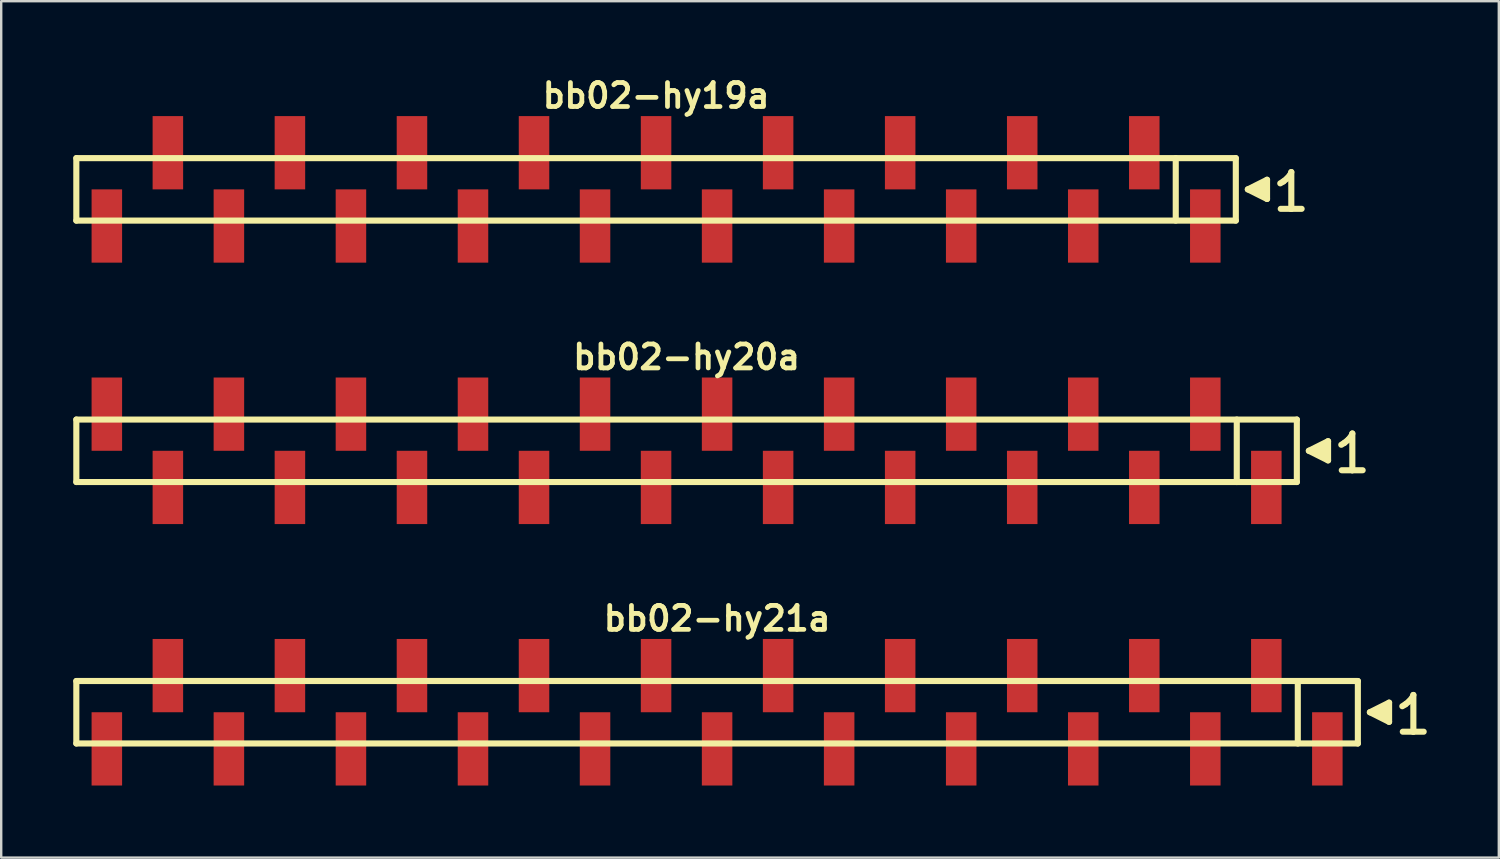
<source format=kicad_pcb>
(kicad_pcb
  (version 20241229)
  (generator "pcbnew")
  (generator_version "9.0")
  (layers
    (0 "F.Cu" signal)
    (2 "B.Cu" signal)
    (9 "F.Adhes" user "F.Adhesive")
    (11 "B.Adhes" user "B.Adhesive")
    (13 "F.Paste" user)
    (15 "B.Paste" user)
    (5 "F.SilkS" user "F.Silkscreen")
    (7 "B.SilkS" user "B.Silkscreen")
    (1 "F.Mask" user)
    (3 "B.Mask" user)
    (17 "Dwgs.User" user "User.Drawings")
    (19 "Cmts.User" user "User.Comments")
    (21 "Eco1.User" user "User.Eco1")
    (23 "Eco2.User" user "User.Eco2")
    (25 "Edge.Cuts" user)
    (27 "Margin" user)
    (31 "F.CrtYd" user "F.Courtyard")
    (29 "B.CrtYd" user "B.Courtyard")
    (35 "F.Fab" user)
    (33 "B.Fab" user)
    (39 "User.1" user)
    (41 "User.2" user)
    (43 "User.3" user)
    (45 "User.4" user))
  (footprint "bb02-hy21a"
    (layer "F.Cu")
    (at 26.797 26.595)
    (property "Reference" "bb02-hy21a" (at 0 -3.9 0) (layer "F.SilkS") (effects (font (size 0.998 0.998) (thickness 0.198))))
    (attr through_hole)
    (fp_line (start -26.67 -1.3) (end 26.67 -1.3) (stroke (width 0.254) (type solid)) (layer "F.SilkS"))
    (fp_line (start -26.67 1.3) (end -26.67 -1.3) (stroke (width 0.254) (type solid)) (layer "F.SilkS"))
    (fp_line (start 24.17 1.3) (end 24.17 -1.3) (stroke (width 0.254) (type solid)) (layer "F.SilkS"))
    (fp_line (start 26.67 -1.3) (end 26.67 1.3) (stroke (width 0.254) (type solid)) (layer "F.SilkS"))
    (fp_line (start 26.67 1.3) (end -26.67 1.3) (stroke (width 0.254) (type solid)) (layer "F.SilkS"))
    (fp_line (start 27.17 0) (end 27.97 0.4) (stroke (width 0.254) (type solid)) (layer "F.SilkS"))
    (fp_line (start 27.47 0.1) (end 27.47 -0.1) (stroke (width 0.254) (type solid)) (layer "F.SilkS"))
    (fp_line (start 27.57 -0.1) (end 27.57 0.1) (stroke (width 0.254) (type solid)) (layer "F.SilkS"))
    (fp_line (start 27.67 0.2) (end 27.67 -0.2) (stroke (width 0.254) (type solid)) (layer "F.SilkS"))
    (fp_line (start 27.77 -0.2) (end 27.77 0.2) (stroke (width 0.254) (type solid)) (layer "F.SilkS"))
    (fp_line (start 27.87 0.3) (end 27.87 -0.3) (stroke (width 0.254) (type solid)) (layer "F.SilkS"))
    (fp_line (start 27.97 -0.4) (end 27.17 0) (stroke (width 0.254) (type solid)) (layer "F.SilkS"))
    (fp_line (start 27.97 0.4) (end 27.97 -0.4) (stroke (width 0.254) (type solid)) (layer "F.SilkS"))
    (fp_line (start 28.52 -0.25) (end 28.65 -0.33) (stroke (width 0.254) (type solid)) (layer "F.SilkS"))
    (fp_line (start 28.65 -0.33) (end 28.81 -0.46) (stroke (width 0.254) (type solid)) (layer "F.SilkS"))
    (fp_line (start 28.81 -0.46) (end 28.95 -0.63) (stroke (width 0.254) (type solid)) (layer "F.SilkS"))
    (fp_line (start 28.95 -0.63) (end 28.98 -0.72) (stroke (width 0.254) (type solid)) (layer "F.SilkS"))
    (fp_line (start 28.98 -0.72) (end 28.98 0.81) (stroke (width 0.254) (type solid)) (layer "F.SilkS"))
    (fp_line (start 28.98 0.81) (end 28.54 0.81) (stroke (width 0.254) (type solid)) (layer "F.SilkS"))
    (fp_line (start 29.41 0.81) (end 28.97 0.81) (stroke (width 0.254) (type solid)) (layer "F.SilkS"))
    (pad "1" smd rect (at 25.4 1.525) (size 1.27 3.05) (layers "F.Cu" "F.Mask" "F.Paste"))
    (pad "2" smd rect (at 22.86 -1.525) (size 1.27 3.05) (layers "F.Cu" "F.Mask" "F.Paste"))
    (pad "3" smd rect (at 20.32 1.525) (size 1.27 3.05) (layers "F.Cu" "F.Mask" "F.Paste"))
    (pad "4" smd rect (at 17.78 -1.525) (size 1.27 3.05) (layers "F.Cu" "F.Mask" "F.Paste"))
    (pad "5" smd rect (at 15.24 1.525) (size 1.27 3.05) (layers "F.Cu" "F.Mask" "F.Paste"))
    (pad "6" smd rect (at 12.7 -1.525) (size 1.27 3.05) (layers "F.Cu" "F.Mask" "F.Paste"))
    (pad "7" smd rect (at 10.16 1.525) (size 1.27 3.05) (layers "F.Cu" "F.Mask" "F.Paste"))
    (pad "8" smd rect (at 7.62 -1.525) (size 1.27 3.05) (layers "F.Cu" "F.Mask" "F.Paste"))
    (pad "9" smd rect (at 5.08 1.525) (size 1.27 3.05) (layers "F.Cu" "F.Mask" "F.Paste"))
    (pad "10" smd rect (at 2.54 -1.525) (size 1.27 3.05) (layers "F.Cu" "F.Mask" "F.Paste"))
    (pad "11" smd rect (at 0 1.525) (size 1.27 3.05) (layers "F.Cu" "F.Mask" "F.Paste"))
    (pad "12" smd rect (at -2.54 -1.525) (size 1.27 3.05) (layers "F.Cu" "F.Mask" "F.Paste"))
    (pad "13" smd rect (at -5.08 1.525) (size 1.27 3.05) (layers "F.Cu" "F.Mask" "F.Paste"))
    (pad "14" smd rect (at -7.62 -1.525) (size 1.27 3.05) (layers "F.Cu" "F.Mask" "F.Paste"))
    (pad "15" smd rect (at -10.16 1.525) (size 1.27 3.05) (layers "F.Cu" "F.Mask" "F.Paste"))
    (pad "16" smd rect (at -12.7 -1.525) (size 1.27 3.05) (layers "F.Cu" "F.Mask" "F.Paste"))
    (pad "17" smd rect (at -15.24 1.525) (size 1.27 3.05) (layers "F.Cu" "F.Mask" "F.Paste"))
    (pad "18" smd rect (at -17.78 -1.525) (size 1.27 3.05) (layers "F.Cu" "F.Mask" "F.Paste"))
    (pad "19" smd rect (at -20.32 1.525) (size 1.27 3.05) (layers "F.Cu" "F.Mask" "F.Paste"))
    (pad "20" smd rect (at -22.86 -1.525) (size 1.27 3.05) (layers "F.Cu" "F.Mask" "F.Paste"))
    (pad "21" smd rect (at -25.4 1.525) (size 1.27 3.05) (layers "F.Cu" "F.Mask" "F.Paste")))
  (footprint "bb02-hy20a"
    (layer "F.Cu")
    (at 25.527 15.713)
    (property "Reference" "bb02-hy20a" (at 0 -3.9 0) (layer "F.SilkS") (effects (font (size 0.998 0.998) (thickness 0.198))))
    (attr through_hole)
    (fp_line (start -25.4 -1.3) (end 25.4 -1.3) (stroke (width 0.254) (type solid)) (layer "F.SilkS"))
    (fp_line (start -25.4 1.3) (end -25.4 -1.3) (stroke (width 0.254) (type solid)) (layer "F.SilkS"))
    (fp_line (start 22.9 1.3) (end 22.9 -1.3) (stroke (width 0.254) (type solid)) (layer "F.SilkS"))
    (fp_line (start 25.4 -1.3) (end 25.4 1.3) (stroke (width 0.254) (type solid)) (layer "F.SilkS"))
    (fp_line (start 25.4 1.3) (end -25.4 1.3) (stroke (width 0.254) (type solid)) (layer "F.SilkS"))
    (fp_line (start 25.9 0) (end 26.7 0.4) (stroke (width 0.254) (type solid)) (layer "F.SilkS"))
    (fp_line (start 26.2 0.1) (end 26.2 -0.1) (stroke (width 0.254) (type solid)) (layer "F.SilkS"))
    (fp_line (start 26.3 -0.1) (end 26.3 0.1) (stroke (width 0.254) (type solid)) (layer "F.SilkS"))
    (fp_line (start 26.4 0.2) (end 26.4 -0.2) (stroke (width 0.254) (type solid)) (layer "F.SilkS"))
    (fp_line (start 26.5 -0.2) (end 26.5 0.2) (stroke (width 0.254) (type solid)) (layer "F.SilkS"))
    (fp_line (start 26.6 0.3) (end 26.6 -0.3) (stroke (width 0.254) (type solid)) (layer "F.SilkS"))
    (fp_line (start 26.7 -0.4) (end 25.9 0) (stroke (width 0.254) (type solid)) (layer "F.SilkS"))
    (fp_line (start 26.7 0.4) (end 26.7 -0.4) (stroke (width 0.254) (type solid)) (layer "F.SilkS"))
    (fp_line (start 27.25 -0.25) (end 27.38 -0.33) (stroke (width 0.254) (type solid)) (layer "F.SilkS"))
    (fp_line (start 27.38 -0.33) (end 27.54 -0.46) (stroke (width 0.254) (type solid)) (layer "F.SilkS"))
    (fp_line (start 27.54 -0.46) (end 27.68 -0.63) (stroke (width 0.254) (type solid)) (layer "F.SilkS"))
    (fp_line (start 27.68 -0.63) (end 27.71 -0.72) (stroke (width 0.254) (type solid)) (layer "F.SilkS"))
    (fp_line (start 27.71 -0.72) (end 27.71 0.81) (stroke (width 0.254) (type solid)) (layer "F.SilkS"))
    (fp_line (start 27.71 0.81) (end 27.27 0.81) (stroke (width 0.254) (type solid)) (layer "F.SilkS"))
    (fp_line (start 28.14 0.81) (end 27.7 0.81) (stroke (width 0.254) (type solid)) (layer "F.SilkS"))
    (pad "1" smd rect (at 24.13 1.525) (size 1.27 3.05) (layers "F.Cu" "F.Mask" "F.Paste"))
    (pad "2" smd rect (at 21.59 -1.525) (size 1.27 3.05) (layers "F.Cu" "F.Mask" "F.Paste"))
    (pad "3" smd rect (at 19.05 1.525) (size 1.27 3.05) (layers "F.Cu" "F.Mask" "F.Paste"))
    (pad "4" smd rect (at 16.51 -1.525) (size 1.27 3.05) (layers "F.Cu" "F.Mask" "F.Paste"))
    (pad "5" smd rect (at 13.97 1.525) (size 1.27 3.05) (layers "F.Cu" "F.Mask" "F.Paste"))
    (pad "6" smd rect (at 11.43 -1.525) (size 1.27 3.05) (layers "F.Cu" "F.Mask" "F.Paste"))
    (pad "7" smd rect (at 8.89 1.525) (size 1.27 3.05) (layers "F.Cu" "F.Mask" "F.Paste"))
    (pad "8" smd rect (at 6.35 -1.525) (size 1.27 3.05) (layers "F.Cu" "F.Mask" "F.Paste"))
    (pad "9" smd rect (at 3.81 1.525) (size 1.27 3.05) (layers "F.Cu" "F.Mask" "F.Paste"))
    (pad "10" smd rect (at 1.27 -1.525) (size 1.27 3.05) (layers "F.Cu" "F.Mask" "F.Paste"))
    (pad "11" smd rect (at -1.27 1.525) (size 1.27 3.05) (layers "F.Cu" "F.Mask" "F.Paste"))
    (pad "12" smd rect (at -3.81 -1.525) (size 1.27 3.05) (layers "F.Cu" "F.Mask" "F.Paste"))
    (pad "13" smd rect (at -6.35 1.525) (size 1.27 3.05) (layers "F.Cu" "F.Mask" "F.Paste"))
    (pad "14" smd rect (at -8.89 -1.525) (size 1.27 3.05) (layers "F.Cu" "F.Mask" "F.Paste"))
    (pad "15" smd rect (at -11.43 1.525) (size 1.27 3.05) (layers "F.Cu" "F.Mask" "F.Paste"))
    (pad "16" smd rect (at -13.97 -1.525) (size 1.27 3.05) (layers "F.Cu" "F.Mask" "F.Paste"))
    (pad "17" smd rect (at -16.51 1.525) (size 1.27 3.05) (layers "F.Cu" "F.Mask" "F.Paste"))
    (pad "18" smd rect (at -19.05 -1.525) (size 1.27 3.05) (layers "F.Cu" "F.Mask" "F.Paste"))
    (pad "19" smd rect (at -21.59 1.525) (size 1.27 3.05) (layers "F.Cu" "F.Mask" "F.Paste"))
    (pad "20" smd rect (at -24.13 -1.525) (size 1.27 3.05) (layers "F.Cu" "F.Mask" "F.Paste")))
  (footprint "bb02-hy19a"
    (layer "F.Cu")
    (at 24.257 4.832)
    (property "Reference" "bb02-hy19a" (at 0 -3.9 0) (layer "F.SilkS") (effects (font (size 0.998 0.998) (thickness 0.198))))
    (attr through_hole)
    (fp_line (start -24.13 -1.3) (end 24.13 -1.3) (stroke (width 0.254) (type solid)) (layer "F.SilkS"))
    (fp_line (start -24.13 1.3) (end -24.13 -1.3) (stroke (width 0.254) (type solid)) (layer "F.SilkS"))
    (fp_line (start 21.63 1.3) (end 21.63 -1.3) (stroke (width 0.254) (type solid)) (layer "F.SilkS"))
    (fp_line (start 24.13 -1.3) (end 24.13 1.3) (stroke (width 0.254) (type solid)) (layer "F.SilkS"))
    (fp_line (start 24.13 1.3) (end -24.13 1.3) (stroke (width 0.254) (type solid)) (layer "F.SilkS"))
    (fp_line (start 24.63 0) (end 25.43 0.4) (stroke (width 0.254) (type solid)) (layer "F.SilkS"))
    (fp_line (start 24.93 0.1) (end 24.93 -0.1) (stroke (width 0.254) (type solid)) (layer "F.SilkS"))
    (fp_line (start 25.03 -0.1) (end 25.03 0.1) (stroke (width 0.254) (type solid)) (layer "F.SilkS"))
    (fp_line (start 25.13 0.2) (end 25.13 -0.2) (stroke (width 0.254) (type solid)) (layer "F.SilkS"))
    (fp_line (start 25.23 -0.2) (end 25.23 0.2) (stroke (width 0.254) (type solid)) (layer "F.SilkS"))
    (fp_line (start 25.33 0.3) (end 25.33 -0.3) (stroke (width 0.254) (type solid)) (layer "F.SilkS"))
    (fp_line (start 25.43 -0.4) (end 24.63 0) (stroke (width 0.254) (type solid)) (layer "F.SilkS"))
    (fp_line (start 25.43 0.4) (end 25.43 -0.4) (stroke (width 0.254) (type solid)) (layer "F.SilkS"))
    (fp_line (start 25.98 -0.25) (end 26.11 -0.33) (stroke (width 0.254) (type solid)) (layer "F.SilkS"))
    (fp_line (start 26.11 -0.33) (end 26.27 -0.46) (stroke (width 0.254) (type solid)) (layer "F.SilkS"))
    (fp_line (start 26.27 -0.46) (end 26.41 -0.63) (stroke (width 0.254) (type solid)) (layer "F.SilkS"))
    (fp_line (start 26.41 -0.63) (end 26.44 -0.72) (stroke (width 0.254) (type solid)) (layer "F.SilkS"))
    (fp_line (start 26.44 -0.72) (end 26.44 0.81) (stroke (width 0.254) (type solid)) (layer "F.SilkS"))
    (fp_line (start 26.44 0.81) (end 26 0.81) (stroke (width 0.254) (type solid)) (layer "F.SilkS"))
    (fp_line (start 26.87 0.81) (end 26.43 0.81) (stroke (width 0.254) (type solid)) (layer "F.SilkS"))
    (pad "1" smd rect (at 22.86 1.525) (size 1.27 3.05) (layers "F.Cu" "F.Mask" "F.Paste"))
    (pad "2" smd rect (at 20.32 -1.525) (size 1.27 3.05) (layers "F.Cu" "F.Mask" "F.Paste"))
    (pad "3" smd rect (at 17.78 1.525) (size 1.27 3.05) (layers "F.Cu" "F.Mask" "F.Paste"))
    (pad "4" smd rect (at 15.24 -1.525) (size 1.27 3.05) (layers "F.Cu" "F.Mask" "F.Paste"))
    (pad "5" smd rect (at 12.7 1.525) (size 1.27 3.05) (layers "F.Cu" "F.Mask" "F.Paste"))
    (pad "6" smd rect (at 10.16 -1.525) (size 1.27 3.05) (layers "F.Cu" "F.Mask" "F.Paste"))
    (pad "7" smd rect (at 7.62 1.525) (size 1.27 3.05) (layers "F.Cu" "F.Mask" "F.Paste"))
    (pad "8" smd rect (at 5.08 -1.525) (size 1.27 3.05) (layers "F.Cu" "F.Mask" "F.Paste"))
    (pad "9" smd rect (at 2.54 1.525) (size 1.27 3.05) (layers "F.Cu" "F.Mask" "F.Paste"))
    (pad "10" smd rect (at 0 -1.525) (size 1.27 3.05) (layers "F.Cu" "F.Mask" "F.Paste"))
    (pad "11" smd rect (at -2.54 1.525) (size 1.27 3.05) (layers "F.Cu" "F.Mask" "F.Paste"))
    (pad "12" smd rect (at -5.08 -1.525) (size 1.27 3.05) (layers "F.Cu" "F.Mask" "F.Paste"))
    (pad "13" smd rect (at -7.62 1.525) (size 1.27 3.05) (layers "F.Cu" "F.Mask" "F.Paste"))
    (pad "14" smd rect (at -10.16 -1.525) (size 1.27 3.05) (layers "F.Cu" "F.Mask" "F.Paste"))
    (pad "15" smd rect (at -12.7 1.525) (size 1.27 3.05) (layers "F.Cu" "F.Mask" "F.Paste"))
    (pad "16" smd rect (at -15.24 -1.525) (size 1.27 3.05) (layers "F.Cu" "F.Mask" "F.Paste"))
    (pad "17" smd rect (at -17.78 1.525) (size 1.27 3.05) (layers "F.Cu" "F.Mask" "F.Paste"))
    (pad "18" smd rect (at -20.32 -1.525) (size 1.27 3.05) (layers "F.Cu" "F.Mask" "F.Paste"))
    (pad "19" smd rect (at -22.86 1.525) (size 1.27 3.05) (layers "F.Cu" "F.Mask" "F.Paste")))
  (gr_rect
    (start -3 -3)
    (end 59.334 32.645)
    (stroke (width 0.1) (type default))
    (fill no)
    (layer "Edge.Cuts")))
</source>
